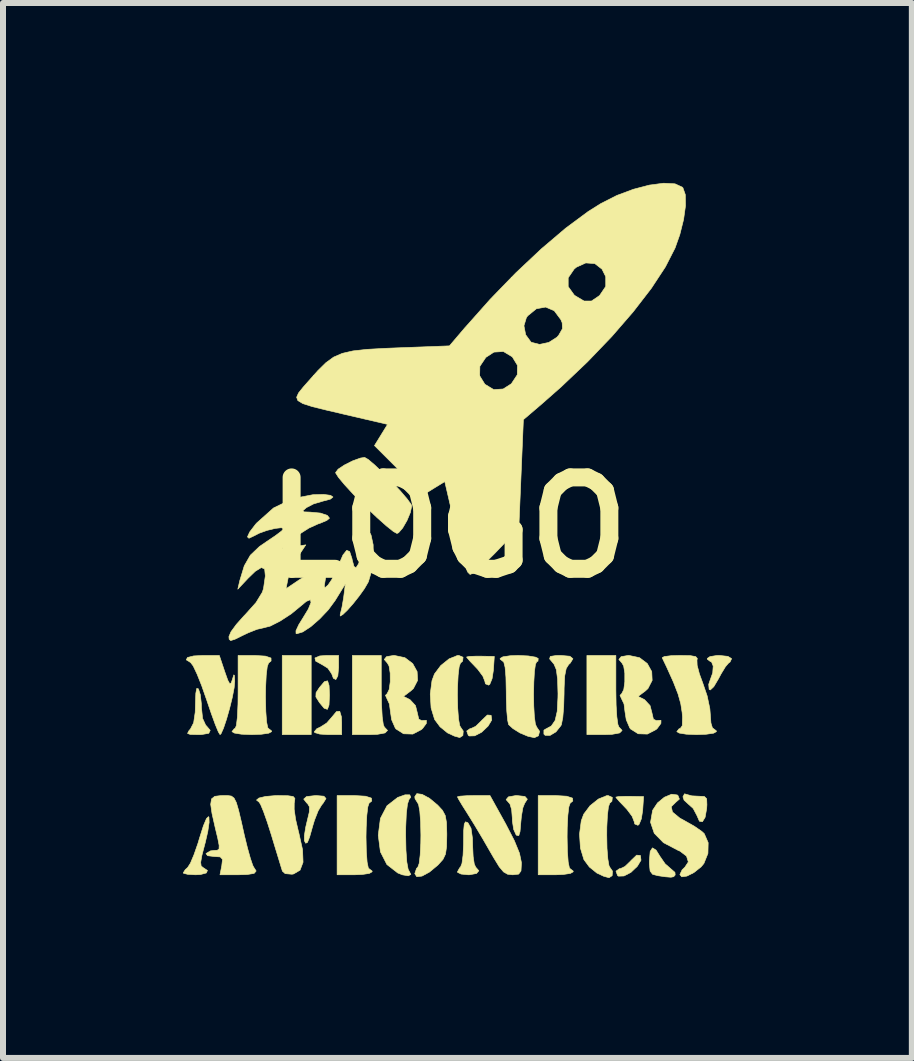
<source format=kicad_pcb>
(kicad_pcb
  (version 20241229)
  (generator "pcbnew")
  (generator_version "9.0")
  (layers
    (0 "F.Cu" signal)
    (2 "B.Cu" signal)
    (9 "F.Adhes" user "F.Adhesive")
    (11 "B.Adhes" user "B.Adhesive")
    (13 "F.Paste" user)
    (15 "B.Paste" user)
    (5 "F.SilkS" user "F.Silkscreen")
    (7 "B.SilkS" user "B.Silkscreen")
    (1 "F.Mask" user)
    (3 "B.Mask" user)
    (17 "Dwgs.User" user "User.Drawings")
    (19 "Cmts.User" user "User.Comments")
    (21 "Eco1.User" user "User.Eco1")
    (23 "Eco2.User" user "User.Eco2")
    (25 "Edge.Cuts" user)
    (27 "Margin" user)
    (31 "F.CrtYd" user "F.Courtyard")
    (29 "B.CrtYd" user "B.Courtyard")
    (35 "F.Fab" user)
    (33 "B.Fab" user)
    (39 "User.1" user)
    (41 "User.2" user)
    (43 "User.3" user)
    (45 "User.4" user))
  (footprint "LOGO"
    (layer "F.Cu")
    (at 4.425 5.745)
    (property "Reference" "LOGO" (at 0 0 0) (layer "F.SilkS") (effects (font (size 1.524 1.524) (thickness 0.3))))
    (attr through_hole)
    (fp_poly (pts (xy -2.286 3.454) (xy -2.769 3.454) (xy -2.769 2.134) (xy -2.286 2.134) (xy -2.286 3.454)) (stroke (width 0.01) (type solid)) (fill yes) (layer "F.SilkS"))
    (fp_poly (pts (xy -1.988 2.636) (xy -1.981 2.794) (xy -1.989 2.961) (xy -2.016 3.033) (xy -2.07 3.014) (xy -2.149 2.919) (xy -2.208 2.825) (xy -2.205 2.755) (xy -2.149 2.669) (xy -2.065 2.57) (xy -2.013 2.557) (xy -1.988 2.636)) (stroke (width 0.01) (type solid)) (fill yes) (layer "F.SilkS"))
    (fp_poly (pts (xy -1.829 2.337) (xy -1.842 2.474) (xy -1.875 2.536) (xy -1.916 2.515) (xy -1.945 2.439) (xy -2.009 2.346) (xy -2.103 2.288) (xy -2.212 2.228) (xy -2.224 2.176) (xy -2.143 2.142) (xy -2.032 2.134) (xy -1.829 2.134) (xy -1.829 2.337)) (stroke (width 0.01) (type solid)) (fill yes) (layer "F.SilkS"))
    (fp_poly (pts (xy -1.118 2.715) (xy -1.113 2.96) (xy -1.102 3.156) (xy -1.084 3.285) (xy -1.067 3.327) (xy -1.013 3.384) (xy -1.055 3.426) (xy -1.186 3.45) (xy -1.308 3.454) (xy -1.6 3.454) (xy -1.6 2.134) (xy -1.118 2.134) (xy -1.118 2.715)) (stroke (width 0.01) (type solid)) (fill yes) (layer "F.SilkS"))
    (fp_poly (pts (xy 2.794 2.715) (xy 2.798 2.96) (xy 2.81 3.156) (xy 2.828 3.285) (xy 2.845 3.327) (xy 2.898 3.384) (xy 2.857 3.426) (xy 2.726 3.45) (xy 2.603 3.454) (xy 2.311 3.454) (xy 2.311 2.134) (xy 2.794 2.134) (xy 2.794 2.715)) (stroke (width 0.01) (type solid)) (fill yes) (layer "F.SilkS"))
    (fp_poly (pts (xy -1.782 3.158) (xy -1.778 3.251) (xy -1.778 3.454) (xy -2.007 3.454) (xy -2.143 3.445) (xy -2.225 3.421) (xy -2.235 3.407) (xy -2.193 3.356) (xy -2.132 3.327) (xy -2.028 3.261) (xy -1.949 3.171) (xy -1.865 3.07) (xy -1.81 3.065) (xy -1.782 3.158)) (stroke (width 0.01) (type solid)) (fill yes) (layer "F.SilkS"))
    (fp_poly (pts (xy 0.714 3.132) (xy 0.724 3.211) (xy 0.663 3.312) (xy 0.556 3.414) (xy 0.44 3.474) (xy 0.349 3.477) (xy 0.333 3.466) (xy 0.307 3.394) (xy 0.363 3.354) (xy 0.377 3.353) (xy 0.456 3.316) (xy 0.549 3.226) (xy 0.557 3.217) (xy 0.651 3.127) (xy 0.714 3.132)) (stroke (width 0.01) (type solid)) (fill yes) (layer "F.SilkS"))
    (fp_poly (pts (xy 3.203 5.469) (xy 3.213 5.548) (xy 3.152 5.649) (xy 3.045 5.751) (xy 2.929 5.811) (xy 2.838 5.814) (xy 2.822 5.803) (xy 2.796 5.731) (xy 2.852 5.69) (xy 2.867 5.69) (xy 2.945 5.653) (xy 3.039 5.563) (xy 3.046 5.554) (xy 3.14 5.464) (xy 3.203 5.469)) (stroke (width 0.01) (type solid)) (fill yes) (layer "F.SilkS"))
    (fp_poly (pts (xy 0.536 2.146) (xy 0.767 2.15) (xy 0.752 2.379) (xy 0.73 2.521) (xy 0.692 2.614) (xy 0.673 2.629) (xy 0.619 2.607) (xy 0.61 2.566) (xy 0.576 2.479) (xy 0.491 2.365) (xy 0.457 2.329) (xy 0.364 2.232) (xy 0.31 2.169) (xy 0.305 2.16) (xy 0.35 2.15) (xy 0.465 2.146) (xy 0.536 2.146)) (stroke (width 0.01) (type solid)) (fill yes) (layer "F.SilkS"))
    (fp_poly (pts (xy 3.025 4.483) (xy 3.256 4.487) (xy 3.241 4.716) (xy 3.219 4.858) (xy 3.181 4.95) (xy 3.162 4.966) (xy 3.109 4.944) (xy 3.099 4.903) (xy 3.065 4.816) (xy 2.98 4.702) (xy 2.946 4.666) (xy 2.853 4.569) (xy 2.799 4.506) (xy 2.794 4.496) (xy 2.839 4.487) (xy 2.955 4.483) (xy 3.025 4.483)) (stroke (width 0.01) (type solid)) (fill yes) (layer "F.SilkS"))
    (fp_poly (pts (xy 3.465 5.38) (xy 3.53 5.485) (xy 3.615 5.608) (xy 3.71 5.691) (xy 3.779 5.751) (xy 3.783 5.794) (xy 3.758 5.823) (xy 3.712 5.832) (xy 3.616 5.824) (xy 3.493 5.806) (xy 3.406 5.783) (xy 3.365 5.729) (xy 3.353 5.614) (xy 3.353 5.559) (xy 3.366 5.402) (xy 3.404 5.342) (xy 3.465 5.38)) (stroke (width 0.01) (type solid)) (fill yes) (layer "F.SilkS"))
    (fp_poly (pts (xy 3.97 4.45) (xy 4.06 4.475) (xy 4.176 4.481) (xy 4.269 4.485) (xy 4.308 4.524) (xy 4.312 4.624) (xy 4.308 4.686) (xy 4.282 4.833) (xy 4.237 4.906) (xy 4.187 4.898) (xy 4.146 4.804) (xy 4.083 4.685) (xy 4.013 4.622) (xy 3.932 4.548) (xy 3.912 4.491) (xy 3.939 4.441) (xy 3.97 4.45)) (stroke (width 0.01) (type solid)) (fill yes) (layer "F.SilkS"))
    (fp_poly (pts (xy -1.379 4.481) (xy -1.282 4.513) (xy -1.276 4.561) (xy -1.321 4.597) (xy -1.342 4.659) (xy -1.359 4.801) (xy -1.369 5.002) (xy -1.372 5.159) (xy -1.367 5.402) (xy -1.354 5.579) (xy -1.334 5.676) (xy -1.321 5.69) (xy -1.271 5.728) (xy -1.27 5.74) (xy -1.316 5.768) (xy -1.435 5.786) (xy -1.562 5.791) (xy -1.854 5.791) (xy -1.854 4.47) (xy -1.562 4.47) (xy -1.379 4.481)) (stroke (width 0.01) (type solid)) (fill yes) (layer "F.SilkS"))
    (fp_poly (pts (xy 1.278 4.485) (xy 1.318 4.53) (xy 1.273 4.6) (xy 1.243 4.675) (xy 1.219 4.815) (xy 1.209 4.918) (xy 1.196 5.071) (xy 1.175 5.138) (xy 1.14 5.133) (xy 1.13 5.124) (xy 1.09 5.035) (xy 1.068 4.893) (xy 1.067 4.844) (xy 1.056 4.704) (xy 1.028 4.611) (xy 1.016 4.597) (xy 0.964 4.538) (xy 1.002 4.492) (xy 1.12 4.471) (xy 1.143 4.47) (xy 1.278 4.485)) (stroke (width 0.01) (type solid)) (fill yes) (layer "F.SilkS"))
    (fp_poly (pts (xy 1.974 4.481) (xy 2.071 4.513) (xy 2.076 4.561) (xy 2.032 4.597) (xy 2.01 4.659) (xy 1.993 4.801) (xy 1.983 5.002) (xy 1.981 5.159) (xy 1.986 5.402) (xy 1.999 5.579) (xy 2.019 5.676) (xy 2.032 5.69) (xy 2.081 5.728) (xy 2.083 5.74) (xy 2.037 5.768) (xy 1.917 5.786) (xy 1.791 5.791) (xy 1.499 5.791) (xy 1.499 4.47) (xy 1.791 4.47) (xy 1.974 4.481)) (stroke (width 0.01) (type solid)) (fill yes) (layer "F.SilkS"))
    (fp_poly (pts (xy -4.167 2.691) (xy -4.166 2.692) (xy -4.135 2.788) (xy -4.118 2.937) (xy -4.116 3.004) (xy -4.097 3.184) (xy -4.046 3.295) (xy -4.039 3.302) (xy -3.97 3.382) (xy -3.994 3.432) (xy -4.115 3.453) (xy -4.173 3.454) (xy -4.303 3.451) (xy -4.348 3.434) (xy -4.325 3.389) (xy -4.3 3.361) (xy -4.246 3.256) (xy -4.22 3.081) (xy -4.216 2.942) (xy -4.21 2.765) (xy -4.194 2.683) (xy -4.167 2.691)) (stroke (width 0.01) (type solid)) (fill yes) (layer "F.SilkS"))
    (fp_poly (pts (xy 4.662 2.149) (xy 4.724 2.188) (xy 4.697 2.244) (xy 4.673 2.261) (xy 4.621 2.322) (xy 4.548 2.442) (xy 4.503 2.526) (xy 4.427 2.654) (xy 4.369 2.709) (xy 4.349 2.701) (xy 4.342 2.615) (xy 4.366 2.544) (xy 4.409 2.424) (xy 4.417 2.311) (xy 4.389 2.242) (xy 4.369 2.235) (xy 4.319 2.197) (xy 4.318 2.184) (xy 4.363 2.153) (xy 4.476 2.135) (xy 4.521 2.134) (xy 4.662 2.149)) (stroke (width 0.01) (type solid)) (fill yes) (layer "F.SilkS"))
    (fp_poly (pts (xy -2.074 4.481) (xy -2.039 4.52) (xy -2.09 4.602) (xy -2.111 4.626) (xy -2.17 4.725) (xy -2.231 4.88) (xy -2.261 4.979) (xy -2.312 5.16) (xy -2.349 5.252) (xy -2.378 5.265) (xy -2.4 5.223) (xy -2.4 5.138) (xy -2.377 4.995) (xy -2.355 4.902) (xy -2.318 4.747) (xy -2.315 4.658) (xy -2.346 4.606) (xy -2.362 4.592) (xy -2.411 4.529) (xy -2.364 4.487) (xy -2.225 4.471) (xy -2.201 4.47) (xy -2.074 4.481)) (stroke (width 0.01) (type solid)) (fill yes) (layer "F.SilkS"))
    (fp_poly (pts (xy -0.626 4.497) (xy -0.656 4.537) (xy -0.681 4.613) (xy -0.7 4.772) (xy -0.71 4.997) (xy -0.711 5.131) (xy -0.706 5.382) (xy -0.692 5.577) (xy -0.67 5.698) (xy -0.656 5.725) (xy -0.624 5.785) (xy -0.667 5.808) (xy -0.765 5.792) (xy -0.843 5.761) (xy -1.024 5.62) (xy -1.132 5.408) (xy -1.168 5.131) (xy -1.132 4.851) (xy -1.022 4.64) (xy -0.843 4.501) (xy -0.722 4.458) (xy -0.643 4.458) (xy -0.626 4.497)) (stroke (width 0.01) (type solid)) (fill yes) (layer "F.SilkS"))
    (fp_poly (pts (xy 0.322 4.921) (xy 0.33 4.928) (xy 0.379 5.016) (xy 0.403 5.184) (xy 0.406 5.312) (xy 0.414 5.484) (xy 0.433 5.612) (xy 0.457 5.664) (xy 0.509 5.724) (xy 0.471 5.769) (xy 0.353 5.791) (xy 0.33 5.791) (xy 0.213 5.779) (xy 0.154 5.75) (xy 0.152 5.743) (xy 0.189 5.675) (xy 0.203 5.664) (xy 0.228 5.602) (xy 0.246 5.465) (xy 0.254 5.282) (xy 0.254 5.249) (xy 0.256 5.055) (xy 0.266 4.947) (xy 0.286 4.908) (xy 0.322 4.921)) (stroke (width 0.01) (type solid)) (fill yes) (layer "F.SilkS"))
    (fp_poly (pts (xy -3.991 4.831) (xy -3.988 4.917) (xy -4.01 5.069) (xy -4.053 5.256) (xy -4.059 5.278) (xy -4.109 5.469) (xy -4.129 5.584) (xy -4.121 5.645) (xy -4.087 5.672) (xy -4.016 5.719) (xy -4.035 5.761) (xy -4.133 5.787) (xy -4.216 5.791) (xy -4.344 5.784) (xy -4.414 5.766) (xy -4.42 5.759) (xy -4.385 5.704) (xy -4.346 5.67) (xy -4.3 5.598) (xy -4.239 5.453) (xy -4.173 5.263) (xy -4.149 5.182) (xy -4.084 4.976) (xy -4.032 4.853) (xy -3.998 4.821) (xy -3.991 4.831)) (stroke (width 0.01) (type solid)) (fill yes) (layer "F.SilkS"))
    (fp_poly (pts (xy 0.957 4.943) (xy 1.101 5.222) (xy 1.187 5.432) (xy 1.219 5.587) (xy 1.219 5.604) (xy 1.212 5.727) (xy 1.173 5.78) (xy 1.079 5.791) (xy 1.068 5.791) (xy 0.989 5.782) (xy 0.922 5.744) (xy 0.85 5.659) (xy 0.758 5.509) (xy 0.699 5.407) (xy 0.574 5.19) (xy 0.443 4.97) (xy 0.331 4.789) (xy 0.318 4.768) (xy 0.23 4.629) (xy 0.17 4.528) (xy 0.152 4.491) (xy 0.198 4.48) (xy 0.316 4.472) (xy 0.424 4.47) (xy 0.695 4.47) (xy 0.957 4.943)) (stroke (width 0.01) (type solid)) (fill yes) (layer "F.SilkS"))
    (fp_poly (pts (xy 0.246 2.164) (xy 0.239 2.229) (xy 0.203 2.261) (xy 0.181 2.322) (xy 0.164 2.463) (xy 0.154 2.66) (xy 0.152 2.794) (xy 0.157 3.014) (xy 0.17 3.19) (xy 0.19 3.302) (xy 0.203 3.327) (xy 0.249 3.394) (xy 0.243 3.469) (xy 0.191 3.503) (xy 0.103 3.479) (xy -0.012 3.426) (xy -0.137 3.324) (xy -0.228 3.202) (xy -0.287 3.009) (xy -0.301 2.777) (xy -0.272 2.554) (xy -0.231 2.443) (xy -0.126 2.303) (xy 0.013 2.191) (xy 0.151 2.135) (xy 0.176 2.134) (xy 0.246 2.164)) (stroke (width 0.01) (type solid)) (fill yes) (layer "F.SilkS"))
    (fp_poly (pts (xy 2.735 4.501) (xy 2.728 4.566) (xy 2.692 4.597) (xy 2.67 4.659) (xy 2.653 4.8) (xy 2.643 4.997) (xy 2.642 5.131) (xy 2.646 5.351) (xy 2.66 5.527) (xy 2.679 5.638) (xy 2.692 5.664) (xy 2.738 5.731) (xy 2.732 5.806) (xy 2.68 5.84) (xy 2.592 5.816) (xy 2.477 5.762) (xy 2.352 5.661) (xy 2.261 5.538) (xy 2.203 5.346) (xy 2.188 5.113) (xy 2.217 4.891) (xy 2.258 4.78) (xy 2.363 4.64) (xy 2.503 4.528) (xy 2.64 4.472) (xy 2.665 4.47) (xy 2.735 4.501)) (stroke (width 0.01) (type solid)) (fill yes) (layer "F.SilkS"))
    (fp_poly (pts (xy -3.049 2.145) (xy -2.956 2.177) (xy -2.955 2.226) (xy -2.997 2.261) (xy -3.019 2.322) (xy -3.036 2.464) (xy -3.046 2.666) (xy -3.048 2.822) (xy -3.043 3.066) (xy -3.03 3.242) (xy -3.01 3.339) (xy -2.997 3.353) (xy -2.948 3.391) (xy -2.946 3.404) (xy -2.993 3.43) (xy -3.117 3.448) (xy -3.277 3.454) (xy -3.449 3.447) (xy -3.567 3.428) (xy -3.607 3.404) (xy -3.568 3.354) (xy -3.556 3.353) (xy -3.534 3.304) (xy -3.517 3.165) (xy -3.507 2.948) (xy -3.505 2.743) (xy -3.505 2.134) (xy -3.226 2.134) (xy -3.049 2.145)) (stroke (width 0.01) (type solid)) (fill yes) (layer "F.SilkS"))
    (fp_poly (pts (xy -1.334 -1.133) (xy -1.225 -1.04) (xy -1.087 -0.909) (xy -0.939 -0.758) (xy -0.799 -0.608) (xy -0.687 -0.477) (xy -0.62 -0.385) (xy -0.61 -0.358) (xy -0.633 -0.249) (xy -0.689 -0.115) (xy -0.761 0.009) (xy -0.829 0.088) (xy -0.856 0.1) (xy -0.916 0.067) (xy -1.032 -0.026) (xy -1.187 -0.164) (xy -1.367 -0.335) (xy -1.402 -0.369) (xy -1.58 -0.55) (xy -1.728 -0.711) (xy -1.832 -0.836) (xy -1.878 -0.909) (xy -1.879 -0.916) (xy -1.837 -0.972) (xy -1.731 -1.042) (xy -1.596 -1.11) (xy -1.466 -1.157) (xy -1.395 -1.168) (xy -1.334 -1.133)) (stroke (width 0.01) (type solid)) (fill yes) (layer "F.SilkS"))
    (fp_poly (pts (xy -2.673 4.473) (xy -2.586 4.486) (xy -2.558 4.519) (xy -2.566 4.583) (xy -2.569 4.592) (xy -2.57 4.699) (xy -2.546 4.868) (xy -2.5 5.065) (xy -2.494 5.087) (xy -2.43 5.374) (xy -2.422 5.582) (xy -2.472 5.714) (xy -2.579 5.777) (xy -2.607 5.782) (xy -2.72 5.772) (xy -2.766 5.731) (xy -2.789 5.657) (xy -2.834 5.509) (xy -2.895 5.31) (xy -2.949 5.131) (xy -3.018 4.914) (xy -3.081 4.736) (xy -3.13 4.618) (xy -3.155 4.58) (xy -3.198 4.545) (xy -3.157 4.511) (xy -3.047 4.485) (xy -2.887 4.471) (xy -2.841 4.47) (xy -2.673 4.473)) (stroke (width 0.01) (type solid)) (fill yes) (layer "F.SilkS"))
    (fp_poly (pts (xy -3.729 2.4) (xy -3.677 2.547) (xy -3.644 2.607) (xy -3.621 2.593) (xy -3.602 2.54) (xy -3.577 2.458) (xy -3.566 2.468) (xy -3.561 2.565) (xy -3.571 2.675) (xy -3.602 2.835) (xy -3.647 3.018) (xy -3.698 3.197) (xy -3.748 3.346) (xy -3.789 3.438) (xy -3.806 3.454) (xy -3.834 3.409) (xy -3.885 3.286) (xy -3.952 3.102) (xy -4.028 2.878) (xy -4.032 2.867) (xy -4.112 2.638) (xy -4.189 2.445) (xy -4.253 2.31) (xy -4.297 2.252) (xy -4.297 2.252) (xy -4.369 2.207) (xy -4.349 2.168) (xy -4.247 2.142) (xy -4.093 2.134) (xy -3.818 2.134) (xy -3.729 2.4)) (stroke (width 0.01) (type solid)) (fill yes) (layer "F.SilkS"))
    (fp_poly (pts (xy -0.437 4.45) (xy -0.314 4.516) (xy -0.178 4.629) (xy -0.097 4.717) (xy -0.051 4.803) (xy -0.03 4.921) (xy -0.025 5.103) (xy -0.025 5.131) (xy -0.029 5.323) (xy -0.047 5.447) (xy -0.089 5.535) (xy -0.166 5.621) (xy -0.178 5.633) (xy -0.316 5.747) (xy -0.439 5.813) (xy -0.526 5.823) (xy -0.559 5.772) (xy -0.529 5.684) (xy -0.508 5.664) (xy -0.486 5.603) (xy -0.469 5.462) (xy -0.459 5.265) (xy -0.457 5.131) (xy -0.462 4.911) (xy -0.475 4.734) (xy -0.495 4.623) (xy -0.508 4.597) (xy -0.554 4.524) (xy -0.559 4.489) (xy -0.525 4.438) (xy -0.437 4.45)) (stroke (width 0.01) (type solid)) (fill yes) (layer "F.SilkS"))
    (fp_poly (pts (xy 2.027 2.147) (xy 2.078 2.189) (xy 2.034 2.261) (xy 2.007 2.286) (xy 1.966 2.351) (xy 1.941 2.475) (xy 1.931 2.676) (xy 1.93 2.778) (xy 1.924 2.988) (xy 1.909 3.168) (xy 1.886 3.286) (xy 1.878 3.304) (xy 1.795 3.408) (xy 1.697 3.467) (xy 1.615 3.466) (xy 1.594 3.445) (xy 1.594 3.38) (xy 1.618 3.364) (xy 1.717 3.311) (xy 1.781 3.218) (xy 1.816 3.066) (xy 1.828 2.838) (xy 1.829 2.769) (xy 1.822 2.528) (xy 1.801 2.37) (xy 1.763 2.28) (xy 1.753 2.268) (xy 1.689 2.191) (xy 1.701 2.15) (xy 1.799 2.135) (xy 1.88 2.134) (xy 2.027 2.147)) (stroke (width 0.01) (type solid)) (fill yes) (layer "F.SilkS"))
    (fp_poly (pts (xy 3.817 4.46) (xy 3.829 4.469) (xy 3.853 4.529) (xy 3.797 4.578) (xy 3.717 4.656) (xy 3.738 4.745) (xy 3.859 4.845) (xy 3.953 4.897) (xy 4.106 4.984) (xy 4.227 5.068) (xy 4.268 5.106) (xy 4.333 5.256) (xy 4.329 5.435) (xy 4.262 5.602) (xy 4.214 5.66) (xy 4.094 5.755) (xy 3.978 5.813) (xy 3.892 5.825) (xy 3.861 5.788) (xy 3.898 5.71) (xy 3.945 5.664) (xy 4.002 5.577) (xy 3.972 5.48) (xy 3.863 5.397) (xy 3.83 5.383) (xy 3.588 5.256) (xy 3.434 5.099) (xy 3.372 4.916) (xy 3.407 4.716) (xy 3.408 4.714) (xy 3.488 4.593) (xy 3.603 4.498) (xy 3.723 4.448) (xy 3.817 4.46)) (stroke (width 0.01) (type solid)) (fill yes) (layer "F.SilkS"))
    (fp_poly (pts (xy 4.035 2.137) (xy 4.125 2.153) (xy 4.152 2.184) (xy 4.146 2.213) (xy 4.149 2.298) (xy 4.187 2.442) (xy 4.242 2.592) (xy 4.316 2.808) (xy 4.361 3.022) (xy 4.369 3.123) (xy 4.379 3.26) (xy 4.404 3.342) (xy 4.42 3.353) (xy 4.469 3.391) (xy 4.47 3.404) (xy 4.424 3.43) (xy 4.3 3.448) (xy 4.14 3.454) (xy 3.968 3.447) (xy 3.85 3.428) (xy 3.81 3.404) (xy 3.849 3.355) (xy 3.867 3.353) (xy 3.901 3.305) (xy 3.905 3.162) (xy 3.899 3.086) (xy 3.876 2.938) (xy 3.831 2.777) (xy 3.754 2.579) (xy 3.64 2.326) (xy 3.566 2.172) (xy 3.602 2.152) (xy 3.715 2.138) (xy 3.862 2.134) (xy 4.035 2.137)) (stroke (width 0.01) (type solid)) (fill yes) (layer "F.SilkS"))
    (fp_poly (pts (xy 1.332 2.142) (xy 1.454 2.162) (xy 1.499 2.184) (xy 1.495 2.231) (xy 1.476 2.235) (xy 1.453 2.282) (xy 1.436 2.404) (xy 1.426 2.578) (xy 1.422 2.777) (xy 1.425 2.977) (xy 1.435 3.153) (xy 1.452 3.278) (xy 1.473 3.327) (xy 1.522 3.399) (xy 1.503 3.474) (xy 1.435 3.505) (xy 1.329 3.482) (xy 1.197 3.427) (xy 1.195 3.426) (xy 1.079 3.354) (xy 1.007 3.288) (xy 1.005 3.286) (xy 0.989 3.212) (xy 0.975 3.061) (xy 0.967 2.86) (xy 0.966 2.731) (xy 0.961 2.499) (xy 0.947 2.332) (xy 0.925 2.245) (xy 0.914 2.235) (xy 0.865 2.197) (xy 0.864 2.184) (xy 0.91 2.157) (xy 1.03 2.139) (xy 1.165 2.134) (xy 1.332 2.142)) (stroke (width 0.01) (type solid)) (fill yes) (layer "F.SilkS"))
    (fp_poly (pts (xy -3.616 4.479) (xy -3.572 4.513) (xy -3.534 4.588) (xy -3.496 4.718) (xy -3.448 4.92) (xy -3.401 5.131) (xy -3.349 5.343) (xy -3.3 5.518) (xy -3.261 5.633) (xy -3.246 5.662) (xy -3.204 5.728) (xy -3.238 5.768) (xy -3.355 5.787) (xy -3.504 5.791) (xy -3.807 5.791) (xy -3.777 5.639) (xy -3.765 5.534) (xy -3.803 5.493) (xy -3.908 5.486) (xy -4.013 5.473) (xy -4.04 5.439) (xy -4.039 5.436) (xy -3.967 5.393) (xy -3.909 5.385) (xy -3.852 5.382) (xy -3.823 5.362) (xy -3.821 5.302) (xy -3.844 5.183) (xy -3.887 5.004) (xy -3.94 4.769) (xy -3.962 4.616) (xy -3.948 4.526) (xy -3.894 4.483) (xy -3.796 4.471) (xy -3.763 4.47) (xy -3.677 4.47) (xy -3.616 4.479)) (stroke (width 0.01) (type solid)) (fill yes) (layer "F.SilkS"))
    (fp_poly (pts (xy -0.724 2.171) (xy -0.594 2.269) (xy -0.52 2.403) (xy -0.512 2.55) (xy -0.582 2.686) (xy -0.628 2.727) (xy -0.747 2.817) (xy -0.64 2.87) (xy -0.547 2.97) (xy -0.518 3.085) (xy -0.492 3.197) (xy -0.441 3.221) (xy -0.429 3.218) (xy -0.366 3.215) (xy -0.366 3.267) (xy -0.428 3.351) (xy -0.449 3.37) (xy -0.592 3.445) (xy -0.746 3.44) (xy -0.872 3.36) (xy -0.886 3.341) (xy -0.945 3.206) (xy -0.965 3.072) (xy -0.982 2.943) (xy -1.02 2.861) (xy -1.048 2.799) (xy -1.02 2.771) (xy -0.986 2.702) (xy -0.968 2.574) (xy -0.969 2.429) (xy -0.988 2.31) (xy -1.016 2.261) (xy -1.068 2.201) (xy -1.03 2.154) (xy -0.913 2.134) (xy -0.899 2.134) (xy -0.724 2.171)) (stroke (width 0.01) (type solid)) (fill yes) (layer "F.SilkS"))
    (fp_poly (pts (xy 3.188 2.171) (xy 3.318 2.269) (xy 3.392 2.403) (xy 3.399 2.55) (xy 3.329 2.686) (xy 3.284 2.727) (xy 3.164 2.817) (xy 3.271 2.87) (xy 3.364 2.97) (xy 3.394 3.085) (xy 3.42 3.197) (xy 3.471 3.221) (xy 3.483 3.218) (xy 3.546 3.215) (xy 3.545 3.267) (xy 3.484 3.351) (xy 3.463 3.37) (xy 3.319 3.445) (xy 3.166 3.44) (xy 3.039 3.36) (xy 3.025 3.341) (xy 2.967 3.206) (xy 2.946 3.072) (xy 2.93 2.943) (xy 2.891 2.861) (xy 2.863 2.799) (xy 2.891 2.771) (xy 2.926 2.702) (xy 2.943 2.574) (xy 2.943 2.429) (xy 2.924 2.31) (xy 2.896 2.261) (xy 2.844 2.201) (xy 2.882 2.154) (xy 2.999 2.134) (xy 3.013 2.134) (xy 3.188 2.171)) (stroke (width 0.01) (type solid)) (fill yes) (layer "F.SilkS"))
    (fp_poly (pts (xy 3.78 -5.73) (xy 3.902 -5.674) (xy 3.912 -5.663) (xy 3.952 -5.549) (xy 3.955 -5.365) (xy 3.923 -5.135) (xy 3.86 -4.883) (xy 3.781 -4.66) (xy 3.62 -4.345) (xy 3.384 -3.986) (xy 3.082 -3.595) (xy 2.725 -3.183) (xy 2.321 -2.762) (xy 1.88 -2.343) (xy 1.553 -2.055) (xy 1.252 -1.798) (xy 1.214 -0.896) (xy 1.176 0.007) (xy 0.931 0.269) (xy 0.779 0.428) (xy 0.628 0.578) (xy 0.524 0.675) (xy 0.42 0.761) (xy 0.363 0.783) (xy 0.326 0.747) (xy 0.315 0.726) (xy 0.287 0.645) (xy 0.242 0.486) (xy 0.185 0.269) (xy 0.123 0.016) (xy 0.104 -0.065) (xy -0.059 -0.765) (xy -0.236 -0.656) (xy -0.413 -0.547) (xy -1.231 -1.365) (xy -1.122 -1.542) (xy -1.013 -1.719) (xy -1.713 -1.882) (xy -2.037 -1.958) (xy -2.271 -2.016) (xy -2.426 -2.066) (xy -2.508 -2.115) (xy -2.529 -2.171) (xy -2.497 -2.243) (xy -2.42 -2.339) (xy -2.329 -2.442) (xy -2.252 -2.529) (xy 0.523 -2.529) (xy 0.61 -2.388) (xy 0.757 -2.299) (xy 0.915 -2.309) (xy 1.051 -2.396) (xy 1.15 -2.546) (xy 1.153 -2.704) (xy 1.067 -2.845) (xy 0.919 -2.934) (xy 0.761 -2.924) (xy 0.626 -2.836) (xy 0.526 -2.687) (xy 0.523 -2.529) (xy -2.252 -2.529) (xy -2.174 -2.616) (xy -2.042 -2.746) (xy -1.913 -2.84) (xy -1.768 -2.903) (xy -1.589 -2.944) (xy -1.356 -2.97) (xy -1.051 -2.987) (xy -0.849 -2.995) (xy 0.019 -3.028) (xy 0.276 -3.33) (xy 0.306 -3.363) (xy 1.261 -3.363) (xy 1.29 -3.213) (xy 1.376 -3.095) (xy 1.387 -3.087) (xy 1.52 -3.053) (xy 1.675 -3.085) (xy 1.81 -3.171) (xy 1.84 -3.204) (xy 1.903 -3.314) (xy 1.899 -3.412) (xy 1.877 -3.465) (xy 1.766 -3.614) (xy 1.623 -3.675) (xy 1.469 -3.647) (xy 1.325 -3.53) (xy 1.302 -3.499) (xy 1.261 -3.363) (xy 0.306 -3.363) (xy 0.697 -3.803) (xy 0.903 -4.016) (xy 1.999 -4.016) (xy 2.098 -3.878) (xy 2.115 -3.864) (xy 2.263 -3.776) (xy 2.388 -3.776) (xy 2.519 -3.865) (xy 2.524 -3.87) (xy 2.625 -4.019) (xy 2.625 -4.182) (xy 2.563 -4.307) (xy 2.443 -4.4) (xy 2.292 -4.411) (xy 2.136 -4.34) (xy 2.099 -4.309) (xy 1.999 -4.163) (xy 1.999 -4.016) (xy 0.903 -4.016) (xy 1.126 -4.245) (xy 1.551 -4.645) (xy 1.957 -4.99) (xy 2.332 -5.268) (xy 2.544 -5.401) (xy 2.81 -5.536) (xy 3.086 -5.639) (xy 3.353 -5.709) (xy 3.59 -5.74) (xy 3.78 -5.73)) (stroke (width 0.01) (type solid)) (fill yes) (layer "F.SilkS"))
    (fp_poly (pts (xy -1.964 -0.536) (xy -1.923 -0.508) (xy -1.965 -0.473) (xy -2.099 -0.437) (xy -2.249 -0.392) (xy -2.366 -0.331) (xy -2.425 -0.28) (xy -2.406 -0.26) (xy -2.303 -0.256) (xy -2.132 -0.24) (xy -2.017 -0.201) (xy -1.981 -0.155) (xy -2.025 -0.118) (xy -2.133 -0.072) (xy -2.172 -0.059) (xy -2.326 0.011) (xy -2.496 0.12) (xy -2.565 0.175) (xy -2.769 0.35) (xy -2.376 0.29) (xy -2.508 0.489) (xy -2.598 0.65) (xy -2.662 0.812) (xy -2.673 0.855) (xy -2.706 1.022) (xy -2.476 0.867) (xy -2.325 0.778) (xy -2.19 0.722) (xy -2.133 0.711) (xy -2.057 0.723) (xy -2.038 0.779) (xy -2.052 0.876) (xy -2.069 0.981) (xy -2.055 1.003) (xy -2.006 0.961) (xy -1.943 0.869) (xy -1.87 0.722) (xy -1.833 0.634) (xy -1.756 0.458) (xy -1.694 0.381) (xy -1.645 0.402) (xy -1.606 0.52) (xy -1.602 0.542) (xy -1.573 0.65) (xy -1.539 0.672) (xy -1.497 0.606) (xy -1.443 0.446) (xy -1.402 0.297) (xy -1.359 0.148) (xy -1.328 0.087) (xy -1.301 0.101) (xy -1.288 0.127) (xy -1.253 0.288) (xy -1.251 0.501) (xy -1.278 0.72) (xy -1.331 0.901) (xy -1.337 0.914) (xy -1.399 1.021) (xy -1.487 1.144) (xy -1.586 1.269) (xy -1.682 1.378) (xy -1.759 1.452) (xy -1.802 1.477) (xy -1.802 1.448) (xy -1.773 1.331) (xy -1.746 1.174) (xy -1.742 1.143) (xy -1.716 0.94) (xy -1.887 1.218) (xy -2.001 1.373) (xy -2.144 1.524) (xy -2.293 1.654) (xy -2.427 1.742) (xy -2.526 1.772) (xy -2.539 1.769) (xy -2.54 1.722) (xy -2.492 1.619) (xy -2.436 1.529) (xy -2.334 1.361) (xy -2.289 1.25) (xy -2.3 1.205) (xy -2.367 1.232) (xy -2.451 1.302) (xy -2.62 1.441) (xy -2.803 1.56) (xy -2.97 1.645) (xy -3.093 1.676) (xy -3.189 1.698) (xy -3.333 1.755) (xy -3.42 1.796) (xy -3.558 1.864) (xy -3.629 1.886) (xy -3.654 1.864) (xy -3.658 1.82) (xy -3.623 1.738) (xy -3.532 1.614) (xy -3.404 1.471) (xy -3.386 1.453) (xy -3.206 1.252) (xy -3.101 1.08) (xy -3.081 1.018) (xy -3.051 0.809) (xy -3.062 0.693) (xy -3.117 0.668) (xy -3.219 0.731) (xy -3.337 0.845) (xy -3.51 1.029) (xy -3.476 0.883) (xy -3.402 0.64) (xy -3.301 0.463) (xy -3.149 0.318) (xy -3.027 0.234) (xy -2.883 0.137) (xy -2.781 0.06) (xy -2.743 0.02) (xy -2.785 0.004) (xy -2.889 0.016) (xy -3.023 0.049) (xy -3.154 0.096) (xy -3.233 0.137) (xy -3.324 0.18) (xy -3.349 0.157) (xy -3.312 0.076) (xy -3.213 -0.054) (xy -3.193 -0.076) (xy -2.914 -0.325) (xy -2.59 -0.482) (xy -2.259 -0.546) (xy -2.079 -0.551) (xy -1.964 -0.536)) (stroke (width 0.01) (type solid)) (fill yes) (layer "F.SilkS")))
  (gr_rect
    (start -3 -3)
    (end 12.154 14.59)
    (stroke (width 0.1) (type default))
    (fill no)
    (layer "Edge.Cuts")))
</source>
